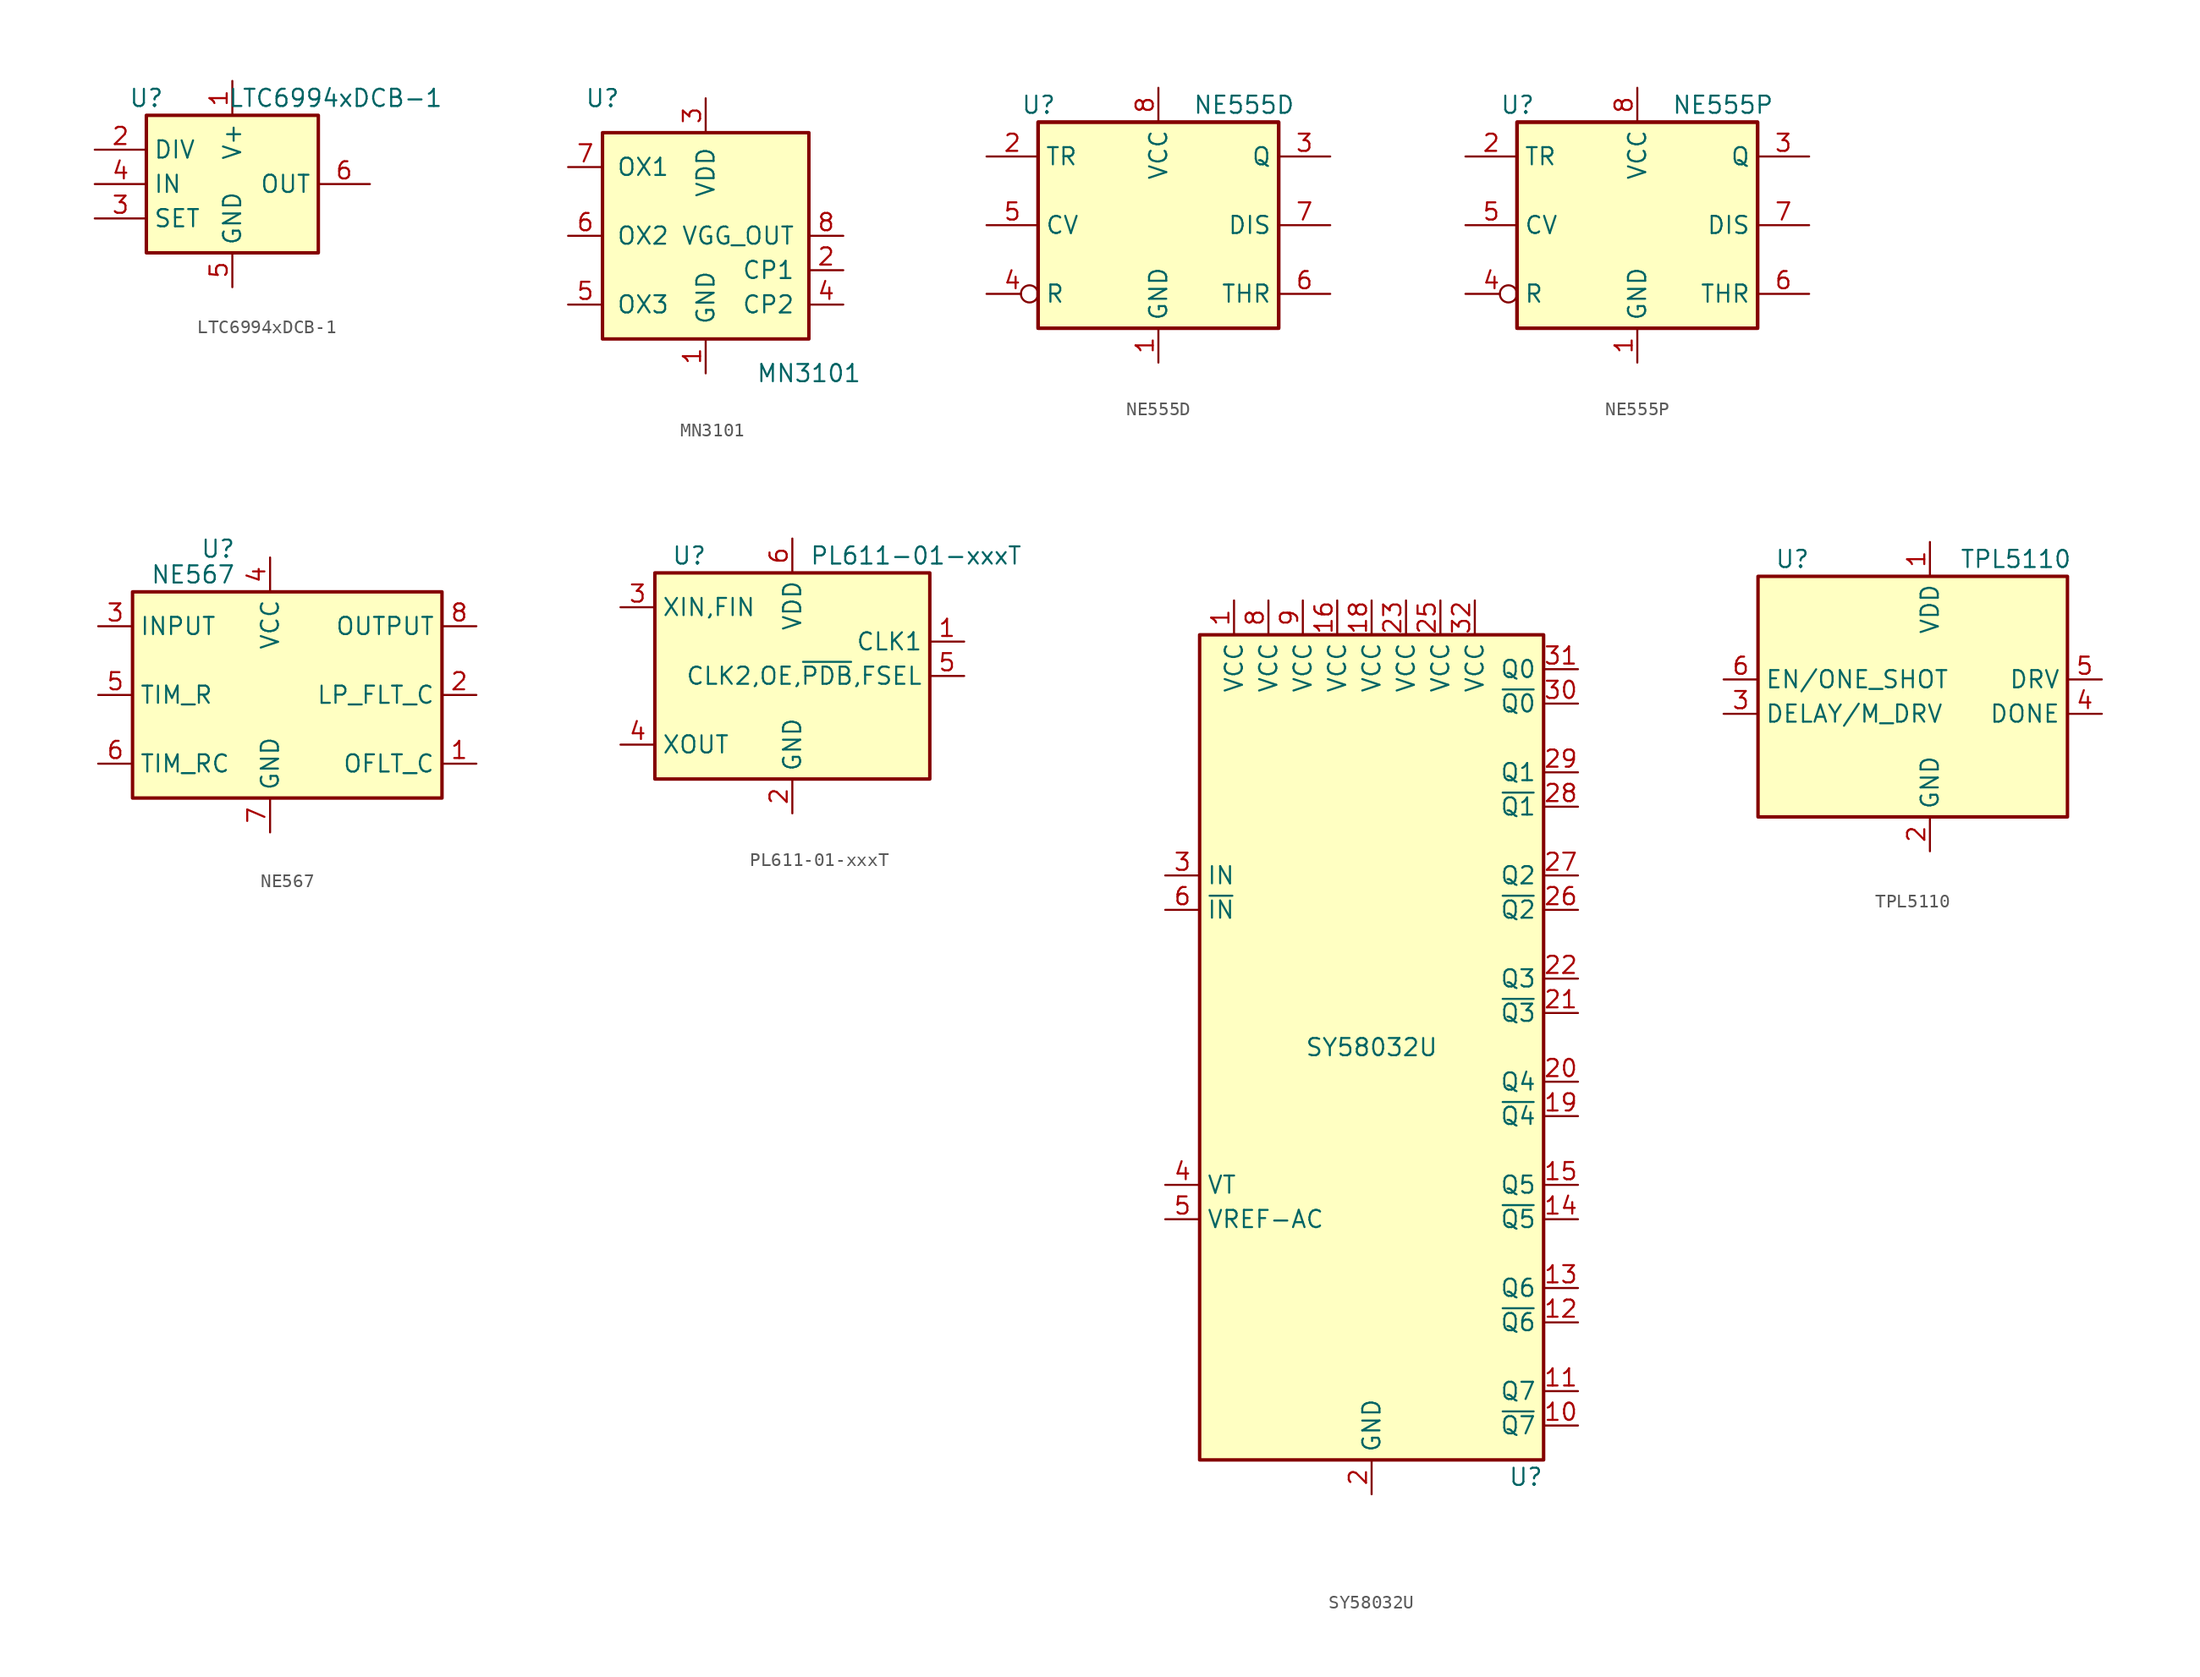
<source format=kicad_sym>
(kicad_symbol_lib
  (version 20220914)
  (generator kicad_symbol_editor)
  (symbol "LTC6994xDCB-1"
    (property "Reference" "U"
      (at -6.35 6.35 0)
      (effects (font (size 1.27 1.27))))
    (property "Value" "LTC6994xDCB-1"
      (at 7.62 6.35 0)
      (effects (font (size 1.27 1.27))))
    (symbol "LTC6994xDCB-1_0_1"
      (rectangle (start -6.35 5.08) (end 6.35 -5.08) (stroke (width 0.254) (type default)) (fill (type background))))
    (symbol "LTC6994xDCB-1_1_1"
      (pin power_in line (at 0 7.62 270) (length 2.54) (name "V+" (effects (font (size 1.27 1.27)))) (number "1" (effects (font (size 1.27 1.27)))))
      (pin input line (at -10.16 2.54 0) (length 3.81) (name "DIV" (effects (font (size 1.27 1.27)))) (number "2" (effects (font (size 1.27 1.27)))))
      (pin passive line (at -10.16 -2.54 0) (length 3.81) (name "SET" (effects (font (size 1.27 1.27)))) (number "3" (effects (font (size 1.27 1.27)))))
      (pin input line (at -10.16 0 0) (length 3.81) (name "IN" (effects (font (size 1.27 1.27)))) (number "4" (effects (font (size 1.27 1.27)))))
      (pin power_in line (at 0 -7.62 90) (length 2.54) (name "GND" (effects (font (size 1.27 1.27)))) (number "5" (effects (font (size 1.27 1.27)))))
      (pin output line (at 10.16 0 180) (length 3.81) (name "OUT" (effects (font (size 1.27 1.27)))) (number "6" (effects (font (size 1.27 1.27)))))))
  (symbol "MN3101"
    (pin_names
      (offset 1.016))
    (property "Reference" "U"
      (at -7.62 10.16 0)
      (effects (font (size 1.27 1.27))))
    (property "Value" "MN3101"
      (at 7.62 -10.16 0)
      (effects (font (size 1.27 1.27))))
    (symbol "MN3101_0_1"
      (rectangle (start -7.62 7.62) (end 7.62 -7.62) (stroke (width 0.254) (type default)) (fill (type background))))
    (symbol "MN3101_1_1"
      (pin power_in line (at 0 -10.16 90) (length 2.54) (name "GND" (effects (font (size 1.27 1.27)))) (number "1" (effects (font (size 1.27 1.27)))))
      (pin output line (at 10.16 -2.54 180) (length 2.54) (name "CP1" (effects (font (size 1.27 1.27)))) (number "2" (effects (font (size 1.27 1.27)))))
      (pin power_in line (at 0 10.16 270) (length 2.54) (name "VDD" (effects (font (size 1.27 1.27)))) (number "3" (effects (font (size 1.27 1.27)))))
      (pin output line (at 10.16 -5.08 180) (length 2.54) (name "CP2" (effects (font (size 1.27 1.27)))) (number "4" (effects (font (size 1.27 1.27)))))
      (pin input line (at -10.16 -5.08 0) (length 2.54) (name "OX3" (effects (font (size 1.27 1.27)))) (number "5" (effects (font (size 1.27 1.27)))))
      (pin input line (at -10.16 0 0) (length 2.54) (name "OX2" (effects (font (size 1.27 1.27)))) (number "6" (effects (font (size 1.27 1.27)))))
      (pin input line (at -10.16 5.08 0) (length 2.54) (name "OX1" (effects (font (size 1.27 1.27)))) (number "7" (effects (font (size 1.27 1.27)))))
      (pin power_out line (at 10.16 0 180) (length 2.54) (name "VGG_OUT" (effects (font (size 1.27 1.27)))) (number "8" (effects (font (size 1.27 1.27)))))))
  (symbol "NE555D"
    (property "Reference" "U"
      (at -10.16 8.89 0)
      (effects (font (size 1.27 1.27)) (justify left)))
    (property "Value" "NE555D"
      (at 2.54 8.89 0)
      (effects (font (size 1.27 1.27)) (justify left)))
    (symbol "NE555D_0_0"
      (pin power_in line (at 0 -10.16 90) (length 2.54) (name "GND" (effects (font (size 1.27 1.27)))) (number "1" (effects (font (size 1.27 1.27)))))
      (pin power_in line (at 0 10.16 270) (length 2.54) (name "VCC" (effects (font (size 1.27 1.27)))) (number "8" (effects (font (size 1.27 1.27))))))
    (symbol "NE555D_0_1"
      (rectangle (start -8.89 -7.62) (end 8.89 7.62) (stroke (width 0.254) (type default)) (fill (type background)))
      (rectangle (start -8.89 -7.62) (end 8.89 7.62) (stroke (width 0.254) (type default)) (fill (type background))))
    (symbol "NE555D_1_1"
      (pin input line (at -12.7 5.08 0) (length 3.81) (name "TR" (effects (font (size 1.27 1.27)))) (number "2" (effects (font (size 1.27 1.27)))))
      (pin output line (at 12.7 5.08 180) (length 3.81) (name "Q" (effects (font (size 1.27 1.27)))) (number "3" (effects (font (size 1.27 1.27)))))
      (pin input inverted (at -12.7 -5.08 0) (length 3.81) (name "R" (effects (font (size 1.27 1.27)))) (number "4" (effects (font (size 1.27 1.27)))))
      (pin input line (at -12.7 0 0) (length 3.81) (name "CV" (effects (font (size 1.27 1.27)))) (number "5" (effects (font (size 1.27 1.27)))))
      (pin input line (at 12.7 -5.08 180) (length 3.81) (name "THR" (effects (font (size 1.27 1.27)))) (number "6" (effects (font (size 1.27 1.27)))))
      (pin input line (at 12.7 0 180) (length 3.81) (name "DIS" (effects (font (size 1.27 1.27)))) (number "7" (effects (font (size 1.27 1.27)))))))
  (symbol "NE555P"
    (property "Reference" "U"
      (at -10.16 8.89 0)
      (effects (font (size 1.27 1.27)) (justify left)))
    (property "Value" "NE555P"
      (at 2.54 8.89 0)
      (effects (font (size 1.27 1.27)) (justify left)))
    (symbol "NE555P_0_0"
      (pin power_in line (at 0 -10.16 90) (length 2.54) (name "GND" (effects (font (size 1.27 1.27)))) (number "1" (effects (font (size 1.27 1.27)))))
      (pin power_in line (at 0 10.16 270) (length 2.54) (name "VCC" (effects (font (size 1.27 1.27)))) (number "8" (effects (font (size 1.27 1.27))))))
    (symbol "NE555P_0_1"
      (rectangle (start -8.89 -7.62) (end 8.89 7.62) (stroke (width 0.254) (type default)) (fill (type background)))
      (rectangle (start -8.89 -7.62) (end 8.89 7.62) (stroke (width 0.254) (type default)) (fill (type background))))
    (symbol "NE555P_1_1"
      (pin input line (at -12.7 5.08 0) (length 3.81) (name "TR" (effects (font (size 1.27 1.27)))) (number "2" (effects (font (size 1.27 1.27)))))
      (pin output line (at 12.7 5.08 180) (length 3.81) (name "Q" (effects (font (size 1.27 1.27)))) (number "3" (effects (font (size 1.27 1.27)))))
      (pin input inverted (at -12.7 -5.08 0) (length 3.81) (name "R" (effects (font (size 1.27 1.27)))) (number "4" (effects (font (size 1.27 1.27)))))
      (pin input line (at -12.7 0 0) (length 3.81) (name "CV" (effects (font (size 1.27 1.27)))) (number "5" (effects (font (size 1.27 1.27)))))
      (pin input line (at 12.7 -5.08 180) (length 3.81) (name "THR" (effects (font (size 1.27 1.27)))) (number "6" (effects (font (size 1.27 1.27)))))
      (pin input line (at 12.7 0 180) (length 3.81) (name "DIS" (effects (font (size 1.27 1.27)))) (number "7" (effects (font (size 1.27 1.27)))))))
  (symbol "NE567"
    (property "Reference" "U"
      (at -2.54 10.795 0)
      (effects (font (size 1.27 1.27)) (justify right)))
    (property "Value" "NE567"
      (at -2.54 8.89 0)
      (effects (font (size 1.27 1.27)) (justify right)))
    (symbol "NE567_0_1"
      (rectangle (start -10.16 7.62) (end 12.7 -7.62) (stroke (width 0.254) (type default)) (fill (type background))))
    (symbol "NE567_1_1"
      (pin output line (at 15.24 -5.08 180) (length 2.54) (name "OFLT_C" (effects (font (size 1.27 1.27)))) (number "1" (effects (font (size 1.27 1.27)))))
      (pin output line (at 15.24 0 180) (length 2.54) (name "LP_FLT_C" (effects (font (size 1.27 1.27)))) (number "2" (effects (font (size 1.27 1.27)))))
      (pin input line (at -12.7 5.08 0) (length 2.54) (name "INPUT" (effects (font (size 1.27 1.27)))) (number "3" (effects (font (size 1.27 1.27)))))
      (pin power_in line (at 0 10.16 270) (length 2.54) (name "VCC" (effects (font (size 1.27 1.27)))) (number "4" (effects (font (size 1.27 1.27)))))
      (pin input line (at -12.7 0 0) (length 2.54) (name "TIM_R" (effects (font (size 1.27 1.27)))) (number "5" (effects (font (size 1.27 1.27)))))
      (pin input line (at -12.7 -5.08 0) (length 2.54) (name "TIM_RC" (effects (font (size 1.27 1.27)))) (number "6" (effects (font (size 1.27 1.27)))))
      (pin power_in line (at 0 -10.16 90) (length 2.54) (name "GND" (effects (font (size 1.27 1.27)))) (number "7" (effects (font (size 1.27 1.27)))))
      (pin output line (at 15.24 5.08 180) (length 2.54) (name "OUTPUT" (effects (font (size 1.27 1.27)))) (number "8" (effects (font (size 1.27 1.27)))))))
  (symbol "PL611-01-xxxT"
    (property "Reference" "U"
      (at -7.62 8.89 0)
      (effects (font (size 1.27 1.27))))
    (property "Value" "PL611-01-xxxT"
      (at 1.27 8.89 0)
      (effects (font (size 1.27 1.27)) (justify left)))
    (symbol "PL611-01-xxxT_0_1"
      (rectangle (start -10.16 7.62) (end 10.16 -7.62) (stroke (width 0.254) (type default)) (fill (type background))))
    (symbol "PL611-01-xxxT_1_1"
      (pin output line (at 12.7 2.54 180) (length 2.54) (name "CLK1" (effects (font (size 1.27 1.27)))) (number "1" (effects (font (size 1.27 1.27)))))
      (pin power_in line (at 0 -10.16 90) (length 2.54) (name "GND" (effects (font (size 1.27 1.27)))) (number "2" (effects (font (size 1.27 1.27)))))
      (pin input line (at -12.7 5.08 0) (length 2.54) (name "XIN,FIN" (effects (font (size 1.27 1.27)))) (number "3" (effects (font (size 1.27 1.27)))))
      (pin output line (at -12.7 -5.08 0) (length 2.54) (name "XOUT" (effects (font (size 1.27 1.27)))) (number "4" (effects (font (size 1.27 1.27)))))
      (pin bidirectional line (at 12.7 0 180) (length 2.54) (name "CLK2,OE,~{PDB},FSEL" (effects (font (size 1.27 1.27)))) (number "5" (effects (font (size 1.27 1.27)))))
      (pin power_in line (at 0 10.16 270) (length 2.54) (name "VDD" (effects (font (size 1.27 1.27)))) (number "6" (effects (font (size 1.27 1.27)))))))
  (symbol "SY58032U"
    (property "Reference" "U"
      (at 12.7 -31.75 0)
      (effects (font (size 1.27 1.27)) (justify right)))
    (property "Value" "SY58032U"
      (at 0 0 0)
      (effects (font (size 1.27 1.27))))
    (symbol "SY58032U_0_1"
      (rectangle (start 12.7 30.48) (end -12.7 -30.48) (stroke (width 0.254) (type default)) (fill (type background))))
    (symbol "SY58032U_1_1"
      (pin power_in line (at -10.16 33.02 270) (length 2.54) (name "VCC" (effects (font (size 1.27 1.27)))) (number "1" (effects (font (size 1.27 1.27)))))
      (pin open_emitter line (at 15.24 -27.94 180) (length 2.54) (name "~{Q7}" (effects (font (size 1.27 1.27)))) (number "10" (effects (font (size 1.27 1.27)))))
      (pin open_emitter line (at 15.24 -25.4 180) (length 2.54) (name "Q7" (effects (font (size 1.27 1.27)))) (number "11" (effects (font (size 1.27 1.27)))))
      (pin open_emitter line (at 15.24 -20.32 180) (length 2.54) (name "~{Q6}" (effects (font (size 1.27 1.27)))) (number "12" (effects (font (size 1.27 1.27)))))
      (pin open_emitter line (at 15.24 -17.78 180) (length 2.54) (name "Q6" (effects (font (size 1.27 1.27)))) (number "13" (effects (font (size 1.27 1.27)))))
      (pin open_emitter line (at 15.24 -12.7 180) (length 2.54) (name "~{Q5}" (effects (font (size 1.27 1.27)))) (number "14" (effects (font (size 1.27 1.27)))))
      (pin open_emitter line (at 15.24 -10.16 180) (length 2.54) (name "Q5" (effects (font (size 1.27 1.27)))) (number "15" (effects (font (size 1.27 1.27)))))
      (pin power_in line (at -2.54 33.02 270) (length 2.54) (name "VCC" (effects (font (size 1.27 1.27)))) (number "16" (effects (font (size 1.27 1.27)))))
      (pin passive line (at 0 -33.02 90) (length 2.54) hide (name "GND" (effects (font (size 1.27 1.27)))) (number "17" (effects (font (size 1.27 1.27)))))
      (pin power_in line (at 0 33.02 270) (length 2.54) (name "VCC" (effects (font (size 1.27 1.27)))) (number "18" (effects (font (size 1.27 1.27)))))
      (pin open_emitter line (at 15.24 -5.08 180) (length 2.54) (name "~{Q4}" (effects (font (size 1.27 1.27)))) (number "19" (effects (font (size 1.27 1.27)))))
      (pin power_in line (at 0 -33.02 90) (length 2.54) (name "GND" (effects (font (size 1.27 1.27)))) (number "2" (effects (font (size 1.27 1.27)))))
      (pin open_emitter line (at 15.24 -2.54 180) (length 2.54) (name "Q4" (effects (font (size 1.27 1.27)))) (number "20" (effects (font (size 1.27 1.27)))))
      (pin open_emitter line (at 15.24 2.54 180) (length 2.54) (name "~{Q3}" (effects (font (size 1.27 1.27)))) (number "21" (effects (font (size 1.27 1.27)))))
      (pin open_emitter line (at 15.24 5.08 180) (length 2.54) (name "Q3" (effects (font (size 1.27 1.27)))) (number "22" (effects (font (size 1.27 1.27)))))
      (pin power_in line (at 2.54 33.02 270) (length 2.54) (name "VCC" (effects (font (size 1.27 1.27)))) (number "23" (effects (font (size 1.27 1.27)))))
      (pin passive line (at 0 -33.02 90) (length 2.54) hide (name "GND" (effects (font (size 1.27 1.27)))) (number "24" (effects (font (size 1.27 1.27)))))
      (pin power_in line (at 5.08 33.02 270) (length 2.54) (name "VCC" (effects (font (size 1.27 1.27)))) (number "25" (effects (font (size 1.27 1.27)))))
      (pin open_emitter line (at 15.24 10.16 180) (length 2.54) (name "~{Q2}" (effects (font (size 1.27 1.27)))) (number "26" (effects (font (size 1.27 1.27)))))
      (pin open_emitter line (at 15.24 12.7 180) (length 2.54) (name "Q2" (effects (font (size 1.27 1.27)))) (number "27" (effects (font (size 1.27 1.27)))))
      (pin open_emitter line (at 15.24 17.78 180) (length 2.54) (name "~{Q1}" (effects (font (size 1.27 1.27)))) (number "28" (effects (font (size 1.27 1.27)))))
      (pin open_emitter line (at 15.24 20.32 180) (length 2.54) (name "Q1" (effects (font (size 1.27 1.27)))) (number "29" (effects (font (size 1.27 1.27)))))
      (pin input line (at -15.24 12.7 0) (length 2.54) (name "IN" (effects (font (size 1.27 1.27)))) (number "3" (effects (font (size 1.27 1.27)))))
      (pin open_emitter line (at 15.24 25.4 180) (length 2.54) (name "~{Q0}" (effects (font (size 1.27 1.27)))) (number "30" (effects (font (size 1.27 1.27)))))
      (pin open_emitter line (at 15.24 27.94 180) (length 2.54) (name "Q0" (effects (font (size 1.27 1.27)))) (number "31" (effects (font (size 1.27 1.27)))))
      (pin power_in line (at 7.62 33.02 270) (length 2.54) (name "VCC" (effects (font (size 1.27 1.27)))) (number "32" (effects (font (size 1.27 1.27)))))
      (pin passive line (at 0 -33.02 90) (length 2.54) hide (name "GND" (effects (font (size 1.27 1.27)))) (number "33" (effects (font (size 1.27 1.27)))))
      (pin passive line (at -15.24 -10.16 0) (length 2.54) (name "VT" (effects (font (size 1.27 1.27)))) (number "4" (effects (font (size 1.27 1.27)))))
      (pin passive line (at -15.24 -12.7 0) (length 2.54) (name "VREF-AC" (effects (font (size 1.27 1.27)))) (number "5" (effects (font (size 1.27 1.27)))))
      (pin input line (at -15.24 10.16 0) (length 2.54) (name "~{IN}" (effects (font (size 1.27 1.27)))) (number "6" (effects (font (size 1.27 1.27)))))
      (pin passive line (at 0 -33.02 90) (length 2.54) hide (name "GND" (effects (font (size 1.27 1.27)))) (number "7" (effects (font (size 1.27 1.27)))))
      (pin power_in line (at -7.62 33.02 270) (length 2.54) (name "VCC" (effects (font (size 1.27 1.27)))) (number "8" (effects (font (size 1.27 1.27)))))
      (pin power_in line (at -5.08 33.02 270) (length 2.54) (name "VCC" (effects (font (size 1.27 1.27)))) (number "9" (effects (font (size 1.27 1.27)))))))
  (symbol "TPL5110"
    (property "Reference" "U"
      (at -10.16 8.89 0)
      (effects (font (size 1.27 1.27))))
    (property "Value" "TPL5110"
      (at 6.35 8.89 0)
      (effects (font (size 1.27 1.27))))
    (symbol "TPL5110_0_1"
      (rectangle (start -12.7 7.62) (end 10.16 -10.16) (stroke (width 0.254) (type default)) (fill (type background))))
    (symbol "TPL5110_1_1"
      (pin power_in line (at 0 10.16 270) (length 2.54) (name "VDD" (effects (font (size 1.27 1.27)))) (number "1" (effects (font (size 1.27 1.27)))))
      (pin power_in line (at 0 -12.7 90) (length 2.54) (name "GND" (effects (font (size 1.27 1.27)))) (number "2" (effects (font (size 1.27 1.27)))))
      (pin input line (at -15.24 -2.54 0) (length 2.54) (name "DELAY/M_DRV" (effects (font (size 1.27 1.27)))) (number "3" (effects (font (size 1.27 1.27)))))
      (pin input line (at 12.7 -2.54 180) (length 2.54) (name "DONE" (effects (font (size 1.27 1.27)))) (number "4" (effects (font (size 1.27 1.27)))))
      (pin output line (at 12.7 0 180) (length 2.54) (name "DRV" (effects (font (size 1.27 1.27)))) (number "5" (effects (font (size 1.27 1.27)))))
      (pin input line (at -15.24 0 0) (length 2.54) (name "EN/ONE_SHOT" (effects (font (size 1.27 1.27)))) (number "6" (effects (font (size 1.27 1.27))))))))
</source>
